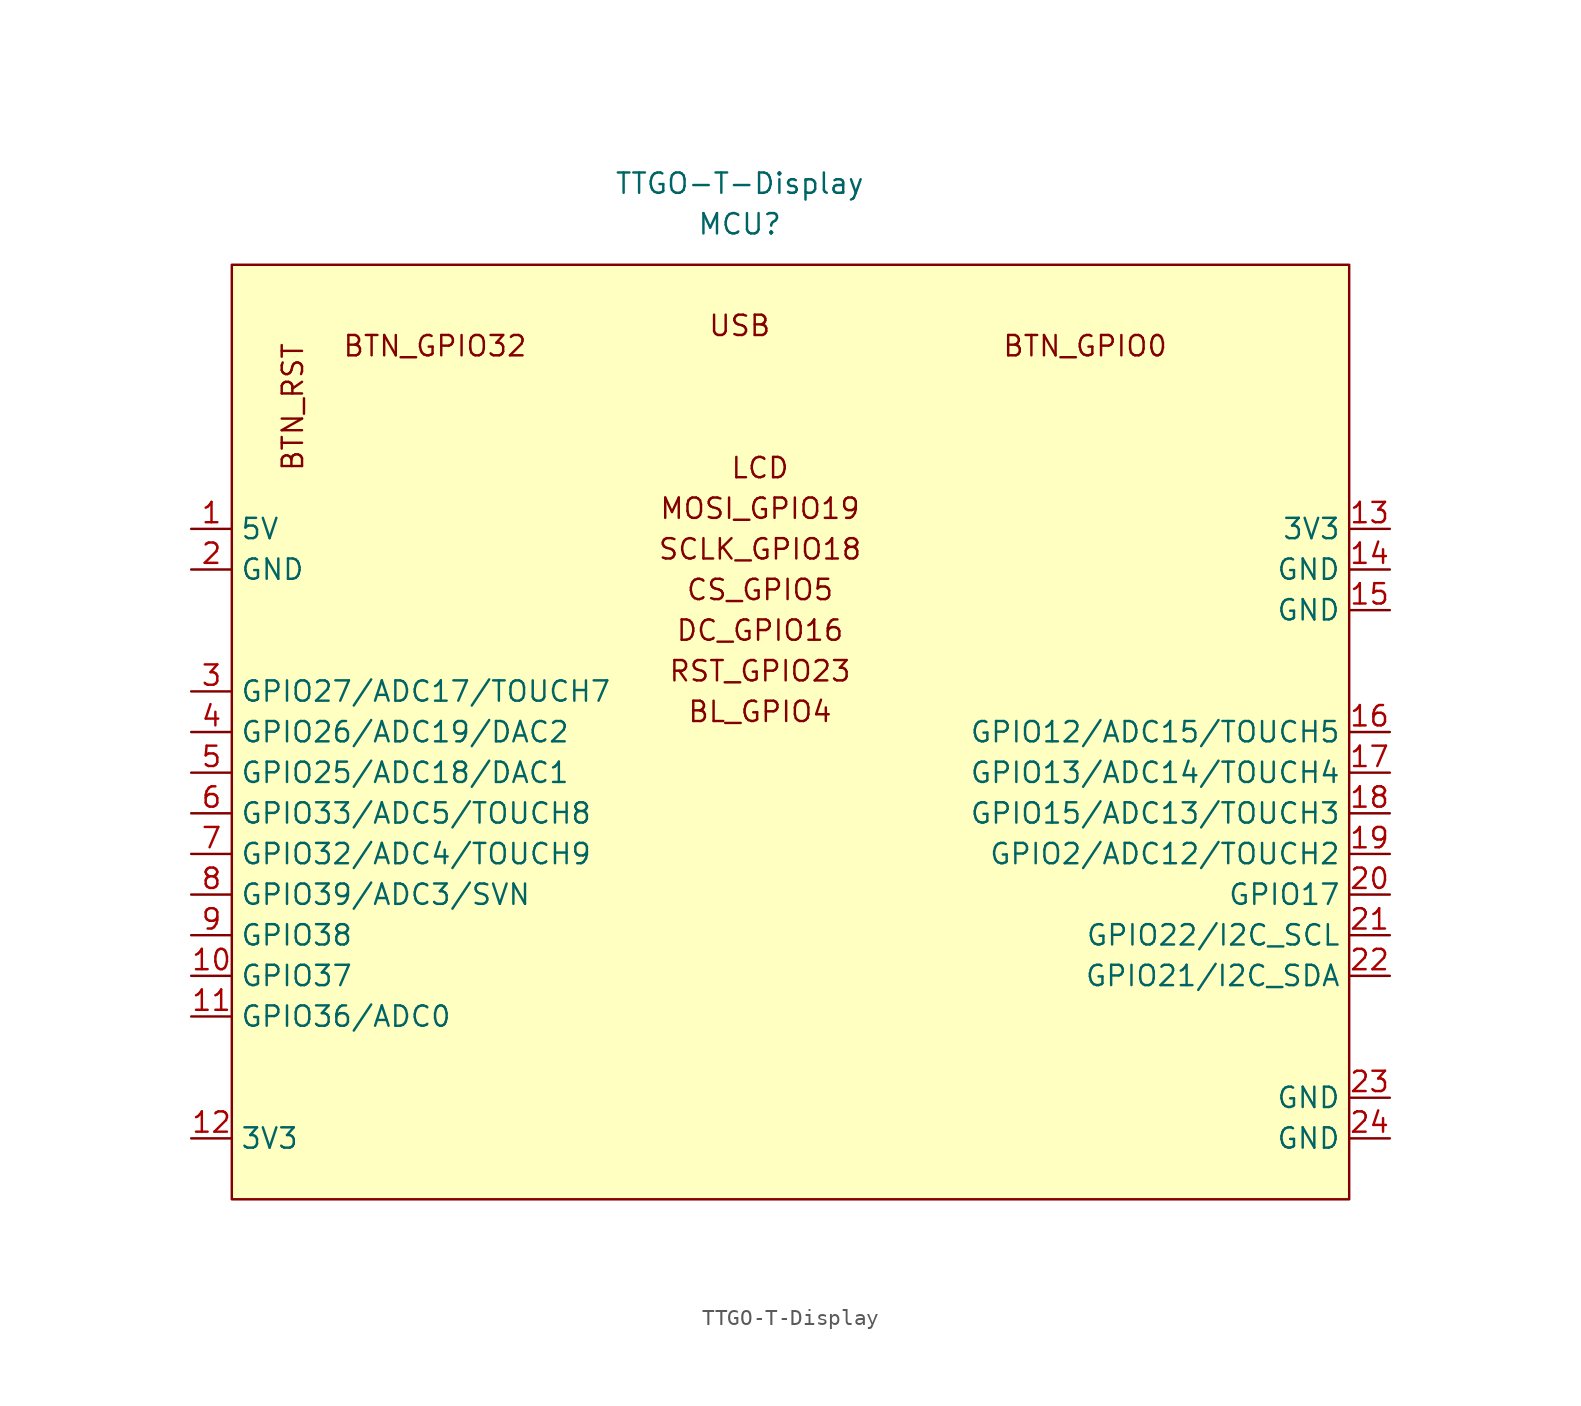
<source format=kicad_sym>
(kicad_symbol_lib
  (version 20211014)
  (generator kicad_symbol_editor)
  (symbol "TTGO-T-Display"
    (property "Reference" "MCU"
      (at 0 0 0)
      (effects (font (size 1.27 1.27))))
    (property "Value" "TTGO-T-Display"
      (at 0 2.54 0)
      (effects (font (size 1.27 1.27))))
    (symbol "TTGO-T-Display_0_0"
      (text "BL_GPIO4" (at 1.27 -30.48 0) (effects (font (size 1.27 1.27))))
      (text "BTN_GPIO0" (at 21.59 -7.62 0) (effects (font (size 1.27 1.27))))
      (text "BTN_GPIO32" (at -19.05 -7.62 0) (effects (font (size 1.27 1.27))))
      (text "BTN_RST" (at -27.94 -11.43 900) (effects (font (size 1.27 1.27))))
      (text "CS_GPIO5" (at 1.27 -22.86 0) (effects (font (size 1.27 1.27))))
      (text "DC_GPIO16" (at 1.27 -25.4 0) (effects (font (size 1.27 1.27))))
      (text "LCD" (at 1.27 -15.24 0) (effects (font (size 1.27 1.27))))
      (text "MOSI_GPIO19" (at 1.27 -17.78 0) (effects (font (size 1.27 1.27))))
      (text "RST_GPIO23" (at 1.27 -27.94 0) (effects (font (size 1.27 1.27))))
      (text "SCLK_GPIO18" (at 1.27 -20.32 0) (effects (font (size 1.27 1.27))))
      (text "USB" (at 0 -6.35 0) (effects (font (size 1.27 1.27)))))
    (symbol "TTGO-T-Display_0_1"
      (rectangle (start -31.75 -2.54) (end 38.1 -60.96) (stroke (width 0) (type default) (color 0 0 0 0)) (fill (type background))))
    (symbol "TTGO-T-Display_1_1"
      (pin power_in line (at -34.29 -19.05 0) (length 2.54) (name "5V" (effects (font (size 1.27 1.27)))) (number "1" (effects (font (size 1.27 1.27)))))
      (pin bidirectional line (at -34.29 -46.99 0) (length 2.54) (name "GPIO37" (effects (font (size 1.27 1.27)))) (number "10" (effects (font (size 1.27 1.27)))))
      (pin bidirectional line (at -34.29 -49.53 0) (length 2.54) (name "GPIO36/ADC0" (effects (font (size 1.27 1.27)))) (number "11" (effects (font (size 1.27 1.27)))))
      (pin power_in line (at -34.29 -57.15 0) (length 2.54) (name "3V3" (effects (font (size 1.27 1.27)))) (number "12" (effects (font (size 1.27 1.27)))))
      (pin power_in line (at 40.64 -19.05 180) (length 2.54) (name "3V3" (effects (font (size 1.27 1.27)))) (number "13" (effects (font (size 1.27 1.27)))))
      (pin power_in line (at 40.64 -21.59 180) (length 2.54) (name "GND" (effects (font (size 1.27 1.27)))) (number "14" (effects (font (size 1.27 1.27)))))
      (pin power_in line (at 40.64 -24.13 180) (length 2.54) (name "GND" (effects (font (size 1.27 1.27)))) (number "15" (effects (font (size 1.27 1.27)))))
      (pin bidirectional line (at 40.64 -31.75 180) (length 2.54) (name "GPIO12/ADC15/TOUCH5" (effects (font (size 1.27 1.27)))) (number "16" (effects (font (size 1.27 1.27)))))
      (pin bidirectional line (at 40.64 -34.29 180) (length 2.54) (name "GPIO13/ADC14/TOUCH4" (effects (font (size 1.27 1.27)))) (number "17" (effects (font (size 1.27 1.27)))))
      (pin bidirectional line (at 40.64 -36.83 180) (length 2.54) (name "GPIO15/ADC13/TOUCH3" (effects (font (size 1.27 1.27)))) (number "18" (effects (font (size 1.27 1.27)))))
      (pin bidirectional line (at 40.64 -39.37 180) (length 2.54) (name "GPIO2/ADC12/TOUCH2" (effects (font (size 1.27 1.27)))) (number "19" (effects (font (size 1.27 1.27)))))
      (pin power_in line (at -34.29 -21.59 0) (length 2.54) (name "GND" (effects (font (size 1.27 1.27)))) (number "2" (effects (font (size 1.27 1.27)))))
      (pin bidirectional line (at 40.64 -41.91 180) (length 2.54) (name "GPIO17" (effects (font (size 1.27 1.27)))) (number "20" (effects (font (size 1.27 1.27)))))
      (pin bidirectional line (at 40.64 -44.45 180) (length 2.54) (name "GPIO22/I2C_SCL" (effects (font (size 1.27 1.27)))) (number "21" (effects (font (size 1.27 1.27)))))
      (pin bidirectional line (at 40.64 -46.99 180) (length 2.54) (name "GPIO21/I2C_SDA" (effects (font (size 1.27 1.27)))) (number "22" (effects (font (size 1.27 1.27)))))
      (pin power_in line (at 40.64 -54.61 180) (length 2.54) (name "GND" (effects (font (size 1.27 1.27)))) (number "23" (effects (font (size 1.27 1.27)))))
      (pin power_in line (at 40.64 -57.15 180) (length 2.54) (name "GND" (effects (font (size 1.27 1.27)))) (number "24" (effects (font (size 1.27 1.27)))))
      (pin bidirectional line (at -34.29 -29.21 0) (length 2.54) (name "GPIO27/ADC17/TOUCH7" (effects (font (size 1.27 1.27)))) (number "3" (effects (font (size 1.27 1.27)))))
      (pin bidirectional line (at -34.29 -31.75 0) (length 2.54) (name "GPIO26/ADC19/DAC2" (effects (font (size 1.27 1.27)))) (number "4" (effects (font (size 1.27 1.27)))))
      (pin bidirectional line (at -34.29 -34.29 0) (length 2.54) (name "GPIO25/ADC18/DAC1" (effects (font (size 1.27 1.27)))) (number "5" (effects (font (size 1.27 1.27)))))
      (pin bidirectional line (at -34.29 -36.83 0) (length 2.54) (name "GPIO33/ADC5/TOUCH8" (effects (font (size 1.27 1.27)))) (number "6" (effects (font (size 1.27 1.27)))))
      (pin bidirectional line (at -34.29 -39.37 0) (length 2.54) (name "GPIO32/ADC4/TOUCH9" (effects (font (size 1.27 1.27)))) (number "7" (effects (font (size 1.27 1.27)))))
      (pin bidirectional line (at -34.29 -41.91 0) (length 2.54) (name "GPIO39/ADC3/SVN" (effects (font (size 1.27 1.27)))) (number "8" (effects (font (size 1.27 1.27)))))
      (pin bidirectional line (at -34.29 -44.45 0) (length 2.54) (name "GPIO38" (effects (font (size 1.27 1.27)))) (number "9" (effects (font (size 1.27 1.27))))))))
</source>
